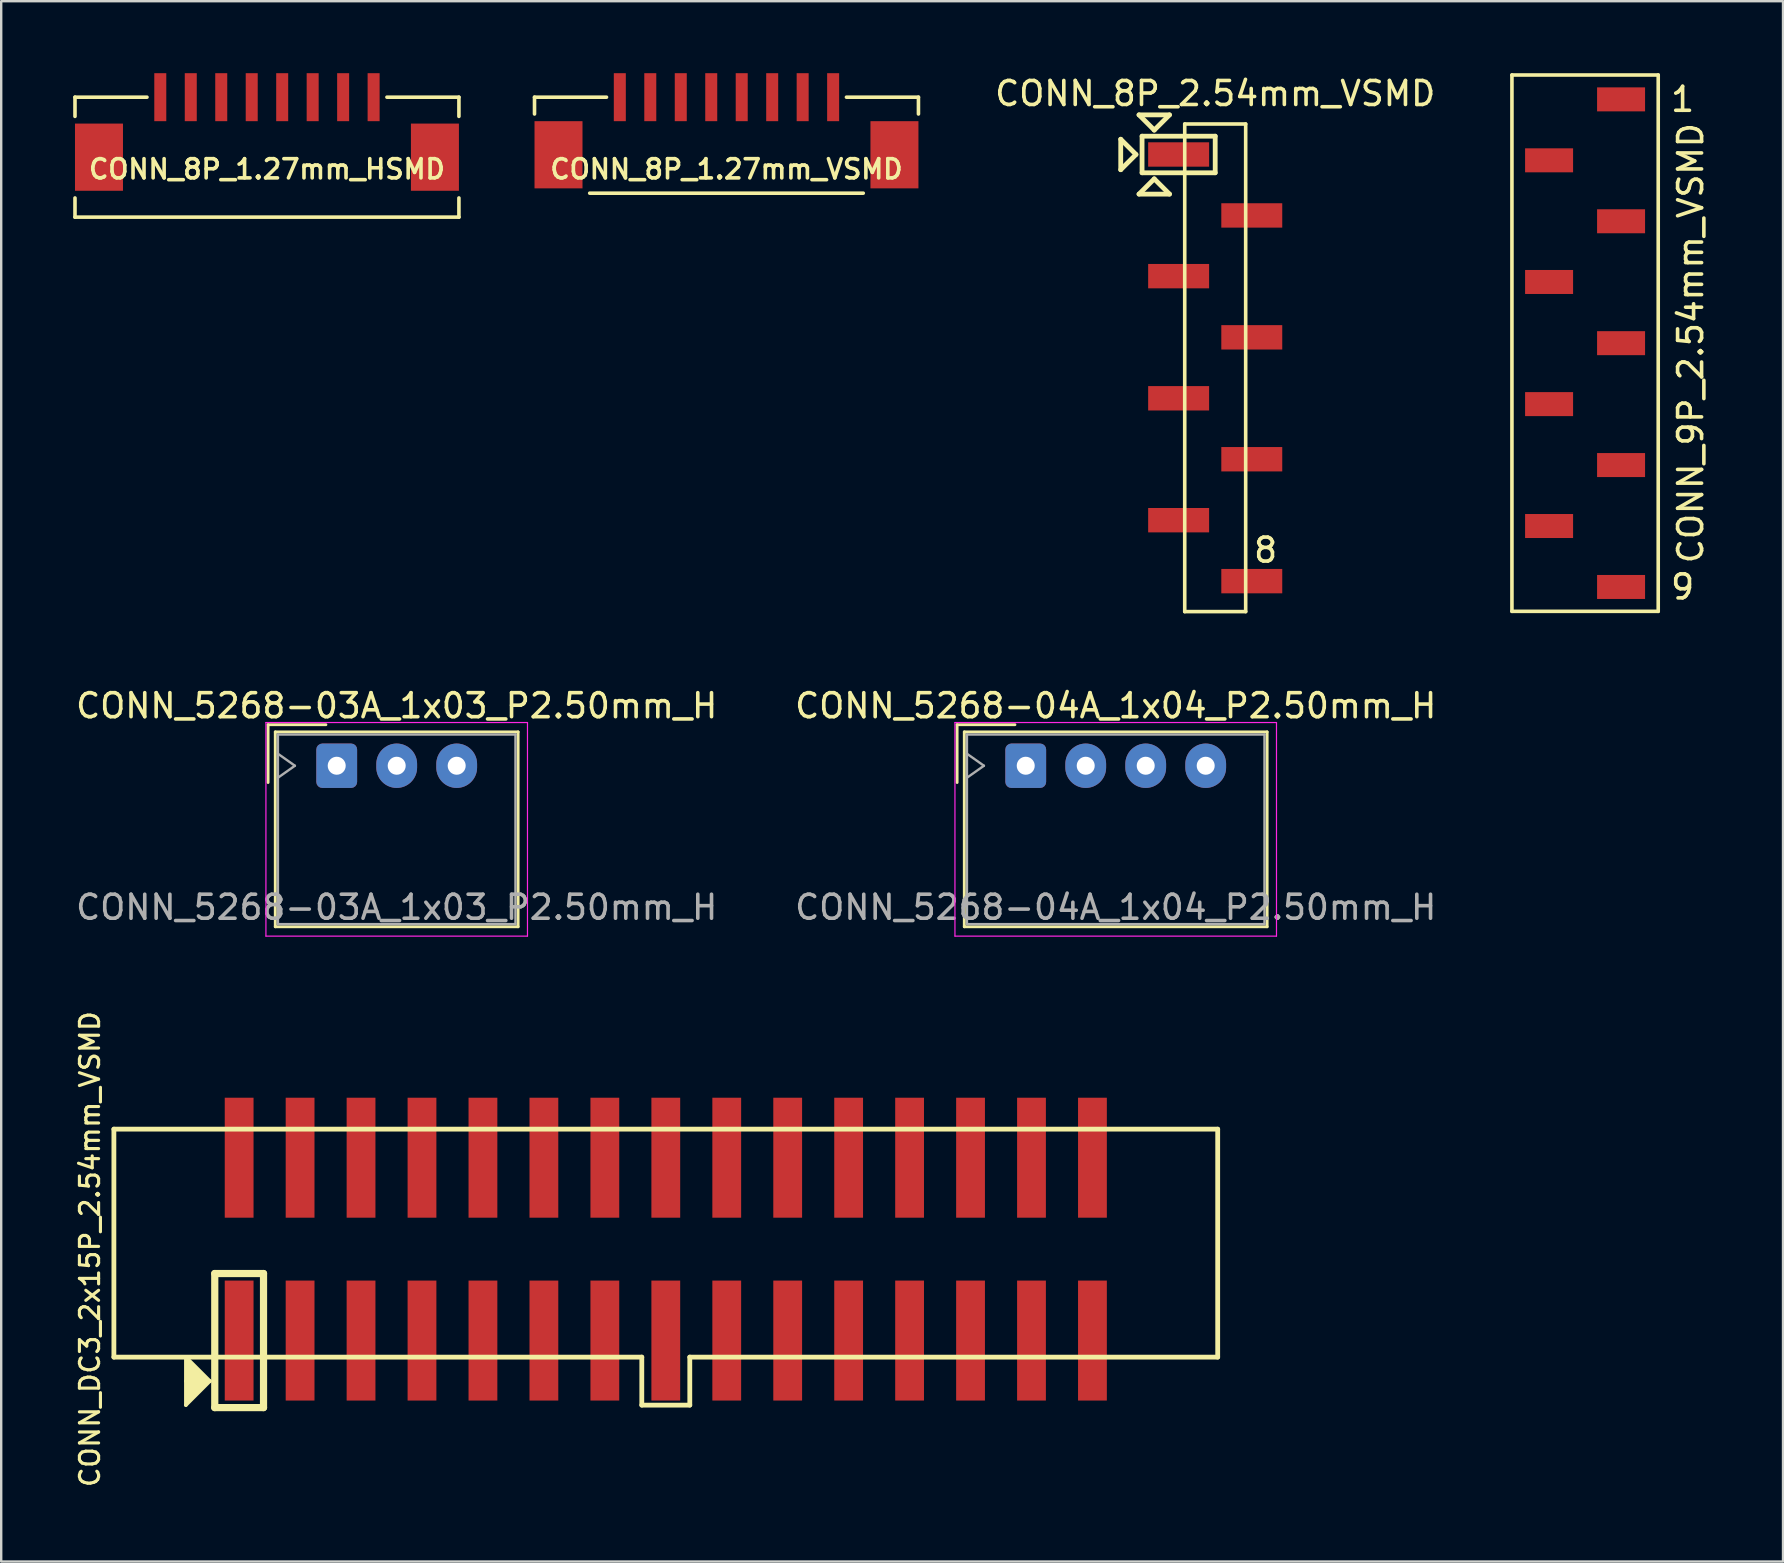
<source format=kicad_pcb>
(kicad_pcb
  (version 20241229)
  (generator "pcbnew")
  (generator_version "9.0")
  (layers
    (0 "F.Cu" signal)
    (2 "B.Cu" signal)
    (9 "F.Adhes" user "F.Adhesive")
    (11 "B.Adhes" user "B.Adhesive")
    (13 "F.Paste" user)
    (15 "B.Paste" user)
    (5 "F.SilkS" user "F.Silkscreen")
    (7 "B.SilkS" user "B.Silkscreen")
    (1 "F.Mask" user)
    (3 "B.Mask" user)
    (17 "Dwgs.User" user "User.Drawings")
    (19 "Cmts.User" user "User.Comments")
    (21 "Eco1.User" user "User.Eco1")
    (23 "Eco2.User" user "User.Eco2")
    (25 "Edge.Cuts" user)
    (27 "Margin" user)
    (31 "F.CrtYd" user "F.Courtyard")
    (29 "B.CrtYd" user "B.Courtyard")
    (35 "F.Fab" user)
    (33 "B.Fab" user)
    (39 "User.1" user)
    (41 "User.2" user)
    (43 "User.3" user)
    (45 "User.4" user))
  (footprint "CONN_8P_1.27mm_VSMD"
    (layer "F.Cu")
    (at 27.225 5)
    (property "Reference" "CONN_8P_1.27mm_VSMD" (at 0 -1 0) (layer "F.SilkS") (effects (font (size 0.8 0.8) (thickness 0.15))))
    (attr through_hole)
    (fp_line (start -8 -4) (end -5 -4) (stroke (width 0.15) (type solid)) (layer "F.SilkS"))
    (fp_line (start -8 -3.3) (end -8 -4) (stroke (width 0.15) (type solid)) (layer "F.SilkS"))
    (fp_line (start 5.7 0) (end -5.7 0) (stroke (width 0.15) (type solid)) (layer "F.SilkS"))
    (fp_line (start 8 -4) (end 5 -4) (stroke (width 0.15) (type solid)) (layer "F.SilkS"))
    (fp_line (start 8 -4) (end 8 -3.3) (stroke (width 0.15) (type solid)) (layer "F.SilkS"))
    (pad "1" smd rect (at -4.445 -4) (size 0.5 2) (layers "F.Cu" "F.Mask" "F.Paste"))
    (pad "2" smd rect (at -3.175 -4) (size 0.5 2) (layers "F.Cu" "F.Mask" "F.Paste"))
    (pad "3" smd rect (at -1.905 -4) (size 0.5 2) (layers "F.Cu" "F.Mask" "F.Paste"))
    (pad "4" smd rect (at -0.635 -4) (size 0.5 2) (layers "F.Cu" "F.Mask" "F.Paste"))
    (pad "5" smd rect (at 0.635 -4) (size 0.5 2) (layers "F.Cu" "F.Mask" "F.Paste"))
    (pad "6" smd rect (at 1.905 -4) (size 0.5 2) (layers "F.Cu" "F.Mask" "F.Paste"))
    (pad "7" smd rect (at 3.175 -4) (size 0.5 2) (layers "F.Cu" "F.Mask" "F.Paste"))
    (pad "8" smd rect (at 4.445 -4) (size 0.5 2) (layers "F.Cu" "F.Mask" "F.Paste"))
    (pad "SH" smd rect (at -7 -1.6) (size 2 2.8) (layers "F.Cu" "F.Mask" "F.Paste"))
    (pad "SH" smd rect (at 7 -1.6) (size 2 2.8) (layers "F.Cu" "F.Mask" "F.Paste")))
  (footprint "CONN_DC3_2x15P_2.54mm_VSMD"
    (layer "F.Cu")
    (at 24.696 49.006)
    (property "Reference" "CONN_DC3_2x15P_2.54mm_VSMD" (at -24 0 90) (layer "F.SilkS") (effects (font (size 0.8 0.8) (thickness 0.13))))
    (attr through_hole)
    (fp_line (start -23 -5) (end 23 -5) (stroke (width 0.2) (type solid)) (layer "F.SilkS"))
    (fp_line (start -23 4.5) (end -23 -5) (stroke (width 0.2) (type solid)) (layer "F.SilkS"))
    (fp_line (start -23 4.5) (end -1 4.5) (stroke (width 0.2) (type solid)) (layer "F.SilkS"))
    (fp_line (start -20 4.5) (end -20 6.5) (stroke (width 0.15) (type solid)) (layer "F.SilkS"))
    (fp_line (start -20 4.5) (end -19 5.5) (stroke (width 0.15) (type solid)) (layer "F.SilkS"))
    (fp_line (start -19.9 4.6) (end -19.9 6.3) (stroke (width 0.15) (type solid)) (layer "F.SilkS"))
    (fp_line (start -19.8 4.8) (end -19.8 6.2) (stroke (width 0.15) (type solid)) (layer "F.SilkS"))
    (fp_line (start -19.7 4.9) (end -19.7 6.1) (stroke (width 0.15) (type solid)) (layer "F.SilkS"))
    (fp_line (start -19.6 5) (end -19.6 6) (stroke (width 0.15) (type solid)) (layer "F.SilkS"))
    (fp_line (start -19.5 5.1) (end -19.5 5.9) (stroke (width 0.15) (type solid)) (layer "F.SilkS"))
    (fp_line (start -19.4 5.2) (end -19.4 5.8) (stroke (width 0.15) (type solid)) (layer "F.SilkS"))
    (fp_line (start -19.3 5.3) (end -19.3 5.7) (stroke (width 0.15) (type solid)) (layer "F.SilkS"))
    (fp_line (start -19.2 5.4) (end -19.2 5.6) (stroke (width 0.15) (type solid)) (layer "F.SilkS"))
    (fp_line (start -19 5.5) (end -20 5.5) (stroke (width 0.15) (type solid)) (layer "F.SilkS"))
    (fp_line (start -19 5.5) (end -20 6.5) (stroke (width 0.15) (type solid)) (layer "F.SilkS"))
    (fp_line (start -18.796 1.016) (end -16.764 1.016) (stroke (width 0.3) (type solid)) (layer "F.SilkS"))
    (fp_line (start -18.796 6.604) (end -18.796 1.016) (stroke (width 0.3) (type solid)) (layer "F.SilkS"))
    (fp_line (start -16.764 1.016) (end -16.764 6.604) (stroke (width 0.3) (type solid)) (layer "F.SilkS"))
    (fp_line (start -16.764 6.604) (end -18.796 6.604) (stroke (width 0.3) (type solid)) (layer "F.SilkS"))
    (fp_line (start -1 4.5) (end -1 6.5) (stroke (width 0.2) (type solid)) (layer "F.SilkS"))
    (fp_line (start -1 6.5) (end 1 6.5) (stroke (width 0.2) (type solid)) (layer "F.SilkS"))
    (fp_line (start 1 6.5) (end 1 4.5) (stroke (width 0.2) (type solid)) (layer "F.SilkS"))
    (fp_line (start 23 4.5) (end 1 4.5) (stroke (width 0.2) (type solid)) (layer "F.SilkS"))
    (fp_line (start 23 4.5) (end 23 -5) (stroke (width 0.2) (type solid)) (layer "F.SilkS"))
    (pad "1" smd rect (at -17.78 3.81 90) (size 5 1.2) (layers "F.Cu" "F.Mask" "F.Paste"))
    (pad "2" smd rect (at -17.78 -3.81 90) (size 5 1.2) (layers "F.Cu" "F.Mask" "F.Paste"))
    (pad "3" smd rect (at -15.24 3.81 90) (size 5 1.2) (layers "F.Cu" "F.Mask" "F.Paste"))
    (pad "4" smd rect (at -15.24 -3.81 90) (size 5 1.2) (layers "F.Cu" "F.Mask" "F.Paste"))
    (pad "5" smd rect (at -12.7 3.81 90) (size 5 1.2) (layers "F.Cu" "F.Mask" "F.Paste"))
    (pad "6" smd rect (at -12.7 -3.81 90) (size 5 1.2) (layers "F.Cu" "F.Mask" "F.Paste"))
    (pad "7" smd rect (at -10.16 3.81 90) (size 5 1.2) (layers "F.Cu" "F.Mask" "F.Paste"))
    (pad "8" smd rect (at -10.16 -3.81 90) (size 5 1.2) (layers "F.Cu" "F.Mask" "F.Paste"))
    (pad "9" smd rect (at -7.62 3.81 90) (size 5 1.2) (layers "F.Cu" "F.Mask" "F.Paste"))
    (pad "10" smd rect (at -7.62 -3.81 90) (size 5 1.2) (layers "F.Cu" "F.Mask" "F.Paste"))
    (pad "11" smd rect (at -5.08 3.81 90) (size 5 1.2) (layers "F.Cu" "F.Mask" "F.Paste"))
    (pad "12" smd rect (at -5.08 -3.81 90) (size 5 1.2) (layers "F.Cu" "F.Mask" "F.Paste"))
    (pad "13" smd rect (at -2.54 3.81 90) (size 5 1.2) (layers "F.Cu" "F.Mask" "F.Paste"))
    (pad "14" smd rect (at -2.54 -3.81 90) (size 5 1.2) (layers "F.Cu" "F.Mask" "F.Paste"))
    (pad "15" smd rect (at 0 3.81 90) (size 5 1.2) (layers "F.Cu" "F.Mask" "F.Paste"))
    (pad "16" smd rect (at 0 -3.81 90) (size 5 1.2) (layers "F.Cu" "F.Mask" "F.Paste"))
    (pad "17" smd rect (at 2.54 3.81 90) (size 5 1.2) (layers "F.Cu" "F.Mask" "F.Paste"))
    (pad "18" smd rect (at 2.54 -3.81 90) (size 5 1.2) (layers "F.Cu" "F.Mask" "F.Paste"))
    (pad "19" smd rect (at 5.08 3.81 90) (size 5 1.2) (layers "F.Cu" "F.Mask" "F.Paste"))
    (pad "20" smd rect (at 5.08 -3.81 90) (size 5 1.2) (layers "F.Cu" "F.Mask" "F.Paste"))
    (pad "21" smd rect (at 7.62 3.81 90) (size 5 1.2) (layers "F.Cu" "F.Mask" "F.Paste"))
    (pad "22" smd rect (at 7.62 -3.81 90) (size 5 1.2) (layers "F.Cu" "F.Mask" "F.Paste"))
    (pad "23" smd rect (at 10.16 3.81 90) (size 5 1.2) (layers "F.Cu" "F.Mask" "F.Paste"))
    (pad "24" smd rect (at 10.16 -3.81 90) (size 5 1.2) (layers "F.Cu" "F.Mask" "F.Paste"))
    (pad "25" smd rect (at 12.7 3.81 90) (size 5 1.2) (layers "F.Cu" "F.Mask" "F.Paste"))
    (pad "26" smd rect (at 12.7 -3.81 90) (size 5 1.2) (layers "F.Cu" "F.Mask" "F.Paste"))
    (pad "27" smd rect (at 15.24 3.81 90) (size 5 1.2) (layers "F.Cu" "F.Mask" "F.Paste"))
    (pad "28" smd rect (at 15.24 -3.81 90) (size 5 1.2) (layers "F.Cu" "F.Mask" "F.Paste"))
    (pad "29" smd rect (at 17.78 3.81 90) (size 5 1.2) (layers "F.Cu" "F.Mask" "F.Paste"))
    (pad "30" smd rect (at 17.78 -3.81 90) (size 5 1.2) (layers "F.Cu" "F.Mask" "F.Paste")))
  (footprint "CONN_5268-03A_1x03_P2.50mm_H"
    (layer "F.Cu")
    (at 10.982 28.861)
    (property "Reference" "CONN_5268-03A_1x03_P2.50mm_H" (at 2.5 -2.5 0) (layer "F.SilkS") (effects (font (size 1 1) (thickness 0.15))))
    (attr through_hole)
    (fp_line (start -2.86 -1.71) (end -0.45 -1.71) (stroke (width 0.12) (type solid)) (layer "F.SilkS"))
    (fp_line (start -2.86 0.7) (end -2.86 -1.71) (stroke (width 0.12) (type solid)) (layer "F.SilkS"))
    (fp_line (start -2.56 -1.41) (end -2.56 6.71) (stroke (width 0.12) (type solid)) (layer "F.SilkS"))
    (fp_line (start -2.56 6.71) (end 7.56 6.71) (stroke (width 0.12) (type solid)) (layer "F.SilkS"))
    (fp_line (start 7.56 -1.41) (end -2.56 -1.41) (stroke (width 0.12) (type solid)) (layer "F.SilkS"))
    (fp_line (start 7.56 6.71) (end 7.56 -1.41) (stroke (width 0.12) (type solid)) (layer "F.SilkS"))
    (fp_line (start -2.95 -1.8) (end -2.95 7.1) (stroke (width 0.05) (type solid)) (layer "F.CrtYd"))
    (fp_line (start -2.95 7.1) (end 7.95 7.1) (stroke (width 0.05) (type solid)) (layer "F.CrtYd"))
    (fp_line (start 7.95 -1.8) (end -2.95 -1.8) (stroke (width 0.05) (type solid)) (layer "F.CrtYd"))
    (fp_line (start 7.95 7.1) (end 7.95 -1.8) (stroke (width 0.05) (type solid)) (layer "F.CrtYd"))
    (fp_line (start -2.45 -1.3) (end -2.45 6.6) (stroke (width 0.1) (type solid)) (layer "F.Fab"))
    (fp_line (start -2.45 0.5) (end -1.743 0) (stroke (width 0.1) (type solid)) (layer "F.Fab"))
    (fp_line (start -2.45 6.6) (end 7.45 6.6) (stroke (width 0.1) (type solid)) (layer "F.Fab"))
    (fp_line (start -1.743 0) (end -2.45 -0.5) (stroke (width 0.1) (type solid)) (layer "F.Fab"))
    (fp_line (start 7.45 -1.3) (end -2.45 -1.3) (stroke (width 0.1) (type solid)) (layer "F.Fab"))
    (fp_line (start 7.45 6.6) (end 7.45 -1.3) (stroke (width 0.1) (type solid)) (layer "F.Fab"))
    (fp_text user "${REFERENCE}" (at 2.5 5.9 0) (layer "F.Fab") (effects (font (size 1 1) (thickness 0.15))))
    (pad "1" thru_hole roundrect (at 0 0) (size 1.7 1.85) (drill 0.75) (layers "*.Cu" "*.Mask") (roundrect_rratio 0.147))
    (pad "2" thru_hole oval (at 2.5 0) (size 1.7 1.85) (drill 0.75) (layers "*.Cu" "*.Mask"))
    (pad "3" thru_hole oval (at 5 0) (size 1.7 1.85) (drill 0.75) (layers "*.Cu" "*.Mask")))
  (footprint "CONN_9P_2.54mm_VSMD"
    (layer "F.Cu")
    (at 63.006 11.251)
    (property "Reference" "CONN_9P_2.54mm_VSMD" (at 4.4 0 90) (layer "F.SilkS") (effects (font (size 1 1) (thickness 0.15))))
    (attr through_hole)
    (fp_line (start -3.048 -11.176) (end 3.048 -11.176) (stroke (width 0.15) (type solid)) (layer "F.SilkS"))
    (fp_line (start -3.048 11.176) (end -3.048 -11.176) (stroke (width 0.15) (type solid)) (layer "F.SilkS"))
    (fp_line (start 3.048 -11.176) (end 3.048 11.176) (stroke (width 0.15) (type solid)) (layer "F.SilkS"))
    (fp_line (start 3.048 11.176) (end -3.048 11.176) (stroke (width 0.15) (type solid)) (layer "F.SilkS"))
    (fp_text user "1" (at 4.064 -10.16 0) (layer "F.SilkS") (effects (font (size 1 1) (thickness 0.15))))
    (fp_text user "9" (at 4.064 10.16 0) (layer "F.SilkS") (effects (font (size 1 1) (thickness 0.15))))
    (pad "1" smd rect (at 1.5 -10.16) (size 2 1) (layers "F.Cu" "F.Mask" "F.Paste"))
    (pad "2" smd rect (at -1.5 -7.62) (size 2 1) (layers "F.Cu" "F.Mask" "F.Paste"))
    (pad "3" smd rect (at 1.5 -5.08) (size 2 1) (layers "F.Cu" "F.Mask" "F.Paste"))
    (pad "4" smd rect (at -1.5 -2.55) (size 2 1) (layers "F.Cu" "F.Mask" "F.Paste"))
    (pad "5" smd rect (at 1.5 0) (size 2 1) (layers "F.Cu" "F.Mask" "F.Paste"))
    (pad "6" smd rect (at -1.5 2.54) (size 2 1) (layers "F.Cu" "F.Mask" "F.Paste"))
    (pad "7" smd rect (at 1.5 5.08) (size 2 1) (layers "F.Cu" "F.Mask" "F.Paste"))
    (pad "8" smd rect (at -1.5 7.62) (size 2 1) (layers "F.Cu" "F.Mask" "F.Paste"))
    (pad "9" smd rect (at 1.5 10.16) (size 2 1) (layers "F.Cu" "F.Mask" "F.Paste")))
  (footprint "CONN_5268-04A_1x04_P2.50mm_H"
    (layer "F.Cu")
    (at 39.696 28.861)
    (property "Reference" "CONN_5268-04A_1x04_P2.50mm_H" (at 3.75 -2.5 0) (layer "F.SilkS") (effects (font (size 1 1) (thickness 0.15))))
    (attr through_hole)
    (fp_line (start -2.86 -1.71) (end -0.45 -1.71) (stroke (width 0.12) (type solid)) (layer "F.SilkS"))
    (fp_line (start -2.86 0.7) (end -2.86 -1.71) (stroke (width 0.12) (type solid)) (layer "F.SilkS"))
    (fp_line (start -2.56 -1.41) (end -2.56 6.71) (stroke (width 0.12) (type solid)) (layer "F.SilkS"))
    (fp_line (start -2.56 6.71) (end 10.06 6.71) (stroke (width 0.12) (type solid)) (layer "F.SilkS"))
    (fp_line (start 10.06 -1.41) (end -2.56 -1.41) (stroke (width 0.12) (type solid)) (layer "F.SilkS"))
    (fp_line (start 10.06 6.71) (end 10.06 -1.41) (stroke (width 0.12) (type solid)) (layer "F.SilkS"))
    (fp_line (start -2.95 -1.8) (end -2.95 7.1) (stroke (width 0.05) (type solid)) (layer "F.CrtYd"))
    (fp_line (start -2.95 7.1) (end 10.45 7.1) (stroke (width 0.05) (type solid)) (layer "F.CrtYd"))
    (fp_line (start 10.45 -1.8) (end -2.95 -1.8) (stroke (width 0.05) (type solid)) (layer "F.CrtYd"))
    (fp_line (start 10.45 7.1) (end 10.45 -1.8) (stroke (width 0.05) (type solid)) (layer "F.CrtYd"))
    (fp_line (start -2.45 -1.3) (end -2.45 6.6) (stroke (width 0.1) (type solid)) (layer "F.Fab"))
    (fp_line (start -2.45 0.5) (end -1.743 0) (stroke (width 0.1) (type solid)) (layer "F.Fab"))
    (fp_line (start -2.45 6.6) (end 9.95 6.6) (stroke (width 0.1) (type solid)) (layer "F.Fab"))
    (fp_line (start -1.743 0) (end -2.45 -0.5) (stroke (width 0.1) (type solid)) (layer "F.Fab"))
    (fp_line (start 9.95 -1.3) (end -2.45 -1.3) (stroke (width 0.1) (type solid)) (layer "F.Fab"))
    (fp_line (start 9.95 6.6) (end 9.95 -1.3) (stroke (width 0.1) (type solid)) (layer "F.Fab"))
    (fp_text user "${REFERENCE}" (at 3.75 5.9 0) (layer "F.Fab") (effects (font (size 1 1) (thickness 0.15))))
    (pad "1" thru_hole roundrect (at 0 0) (size 1.7 1.85) (drill 0.75) (layers "*.Cu" "*.Mask") (roundrect_rratio 0.147))
    (pad "2" thru_hole oval (at 2.5 0) (size 1.7 1.85) (drill 0.75) (layers "*.Cu" "*.Mask"))
    (pad "3" thru_hole oval (at 5 0) (size 1.7 1.85) (drill 0.75) (layers "*.Cu" "*.Mask"))
    (pad "4" thru_hole oval (at 7.5 0) (size 1.7 1.85) (drill 0.75) (layers "*.Cu" "*.Mask")))
  (footprint "CONN_8P_1.27mm_HSMD"
    (layer "F.Cu")
    (at 8.075 6)
    (property "Reference" "CONN_8P_1.27mm_HSMD" (at 0 -2 0) (layer "F.SilkS") (effects (font (size 0.8 0.8) (thickness 0.15))))
    (attr through_hole)
    (fp_line (start -8 -5) (end -5 -5) (stroke (width 0.15) (type solid)) (layer "F.SilkS"))
    (fp_line (start -8 -4.2) (end -8 -5) (stroke (width 0.15) (type solid)) (layer "F.SilkS"))
    (fp_line (start -8 0) (end -8 -0.8) (stroke (width 0.15) (type solid)) (layer "F.SilkS"))
    (fp_line (start 8 -5) (end 5 -5) (stroke (width 0.15) (type solid)) (layer "F.SilkS"))
    (fp_line (start 8 -5) (end 8 -4.2) (stroke (width 0.15) (type solid)) (layer "F.SilkS"))
    (fp_line (start 8 0) (end -8 0) (stroke (width 0.15) (type solid)) (layer "F.SilkS"))
    (fp_line (start 8 0) (end 8 -0.8) (stroke (width 0.15) (type solid)) (layer "F.SilkS"))
    (pad "1" smd rect (at 4.445 -5) (size 0.5 2) (layers "F.Cu" "F.Mask" "F.Paste"))
    (pad "2" smd rect (at 3.175 -5) (size 0.5 2) (layers "F.Cu" "F.Mask" "F.Paste"))
    (pad "3" smd rect (at 1.905 -5) (size 0.5 2) (layers "F.Cu" "F.Mask" "F.Paste"))
    (pad "4" smd rect (at 0.635 -5) (size 0.5 2) (layers "F.Cu" "F.Mask" "F.Paste"))
    (pad "5" smd rect (at -0.635 -5) (size 0.5 2) (layers "F.Cu" "F.Mask" "F.Paste"))
    (pad "6" smd rect (at -1.905 -5) (size 0.5 2) (layers "F.Cu" "F.Mask" "F.Paste"))
    (pad "7" smd rect (at -3.175 -5) (size 0.5 2) (layers "F.Cu" "F.Mask" "F.Paste"))
    (pad "8" smd rect (at -4.445 -5) (size 0.5 2) (layers "F.Cu" "F.Mask" "F.Paste"))
    (pad "9" smd rect (at -7 -2.5) (size 2 2.8) (layers "F.Cu" "F.Mask" "F.Paste"))
    (pad "9" smd rect (at 7 -2.5) (size 2 2.8) (layers "F.Cu" "F.Mask" "F.Paste")))
  (footprint "CONN_8P_2.54mm_VSMD"
    (layer "F.Cu")
    (at 47.592 12.278)
    (property "Reference" "CONN_8P_2.54mm_VSMD" (at 0 -11.43 180) (layer "F.SilkS") (effects (font (size 1 1) (thickness 0.15))))
    (attr through_hole)
    (fp_line (start -3.937 -9.525) (end -3.302 -8.89) (stroke (width 0.2) (type solid)) (layer "F.SilkS"))
    (fp_line (start -3.937 -8.255) (end -3.937 -9.525) (stroke (width 0.2) (type solid)) (layer "F.SilkS"))
    (fp_line (start -3.302 -8.89) (end -3.937 -8.255) (stroke (width 0.2) (type solid)) (layer "F.SilkS"))
    (fp_line (start -3.175 -10.541) (end -1.905 -10.541) (stroke (width 0.2) (type solid)) (layer "F.SilkS"))
    (fp_line (start -3.175 -7.239) (end -2.54 -7.874) (stroke (width 0.2) (type solid)) (layer "F.SilkS"))
    (fp_line (start -3.048 -9.652) (end 0 -9.652) (stroke (width 0.2) (type solid)) (layer "F.SilkS"))
    (fp_line (start -3.048 -8.128) (end -3.048 -9.652) (stroke (width 0.2) (type solid)) (layer "F.SilkS"))
    (fp_line (start -2.54 -9.906) (end -3.175 -10.541) (stroke (width 0.2) (type solid)) (layer "F.SilkS"))
    (fp_line (start -2.54 -7.874) (end -1.905 -7.239) (stroke (width 0.2) (type solid)) (layer "F.SilkS"))
    (fp_line (start -1.905 -10.541) (end -2.54 -9.906) (stroke (width 0.2) (type solid)) (layer "F.SilkS"))
    (fp_line (start -1.904 -7.239) (end -3.175 -7.239) (stroke (width 0.2) (type solid)) (layer "F.SilkS"))
    (fp_line (start -1.27 -10.16) (end 1.27 -10.16) (stroke (width 0.15) (type solid)) (layer "F.SilkS"))
    (fp_line (start -1.27 10.16) (end -1.27 -10.16) (stroke (width 0.15) (type solid)) (layer "F.SilkS"))
    (fp_line (start 0 -9.652) (end 0 -8.128) (stroke (width 0.2) (type solid)) (layer "F.SilkS"))
    (fp_line (start 0 -8.128) (end -3.048 -8.128) (stroke (width 0.2) (type solid)) (layer "F.SilkS"))
    (fp_line (start 1.27 -10.16) (end 1.27 10.16) (stroke (width 0.15) (type solid)) (layer "F.SilkS"))
    (fp_line (start 1.27 10.16) (end -1.27 10.16) (stroke (width 0.15) (type solid)) (layer "F.SilkS"))
    (fp_text user "8" (at 2.1 7.6 0) (layer "F.SilkS") (effects (font (size 1 1) (thickness 0.15))))
    (pad "1" smd rect (at -1.524 -8.89) (size 2.54 1.016) (layers "F.Cu" "F.Mask" "F.Paste"))
    (pad "2" smd rect (at 1.524 -6.35) (size 2.54 1.016) (layers "F.Cu" "F.Mask" "F.Paste"))
    (pad "3" smd rect (at -1.524 -3.82) (size 2.54 1.016) (layers "F.Cu" "F.Mask" "F.Paste"))
    (pad "4" smd rect (at 1.524 -1.27) (size 2.54 1.016) (layers "F.Cu" "F.Mask" "F.Paste"))
    (pad "5" smd rect (at -1.524 1.27) (size 2.54 1.016) (layers "F.Cu" "F.Mask" "F.Paste"))
    (pad "6" smd rect (at 1.524 3.81) (size 2.54 1.016) (layers "F.Cu" "F.Mask" "F.Paste"))
    (pad "7" smd rect (at -1.524 6.35) (size 2.54 1.016) (layers "F.Cu" "F.Mask" "F.Paste"))
    (pad "8" smd rect (at 1.524 8.89) (size 2.54 1.016) (layers "F.Cu" "F.Mask" "F.Paste")))
  (gr_rect
    (start -3 -3)
    (end 71.255 62.026)
    (stroke (width 0.1) (type default))
    (fill no)
    (layer "Edge.Cuts")))
</source>
